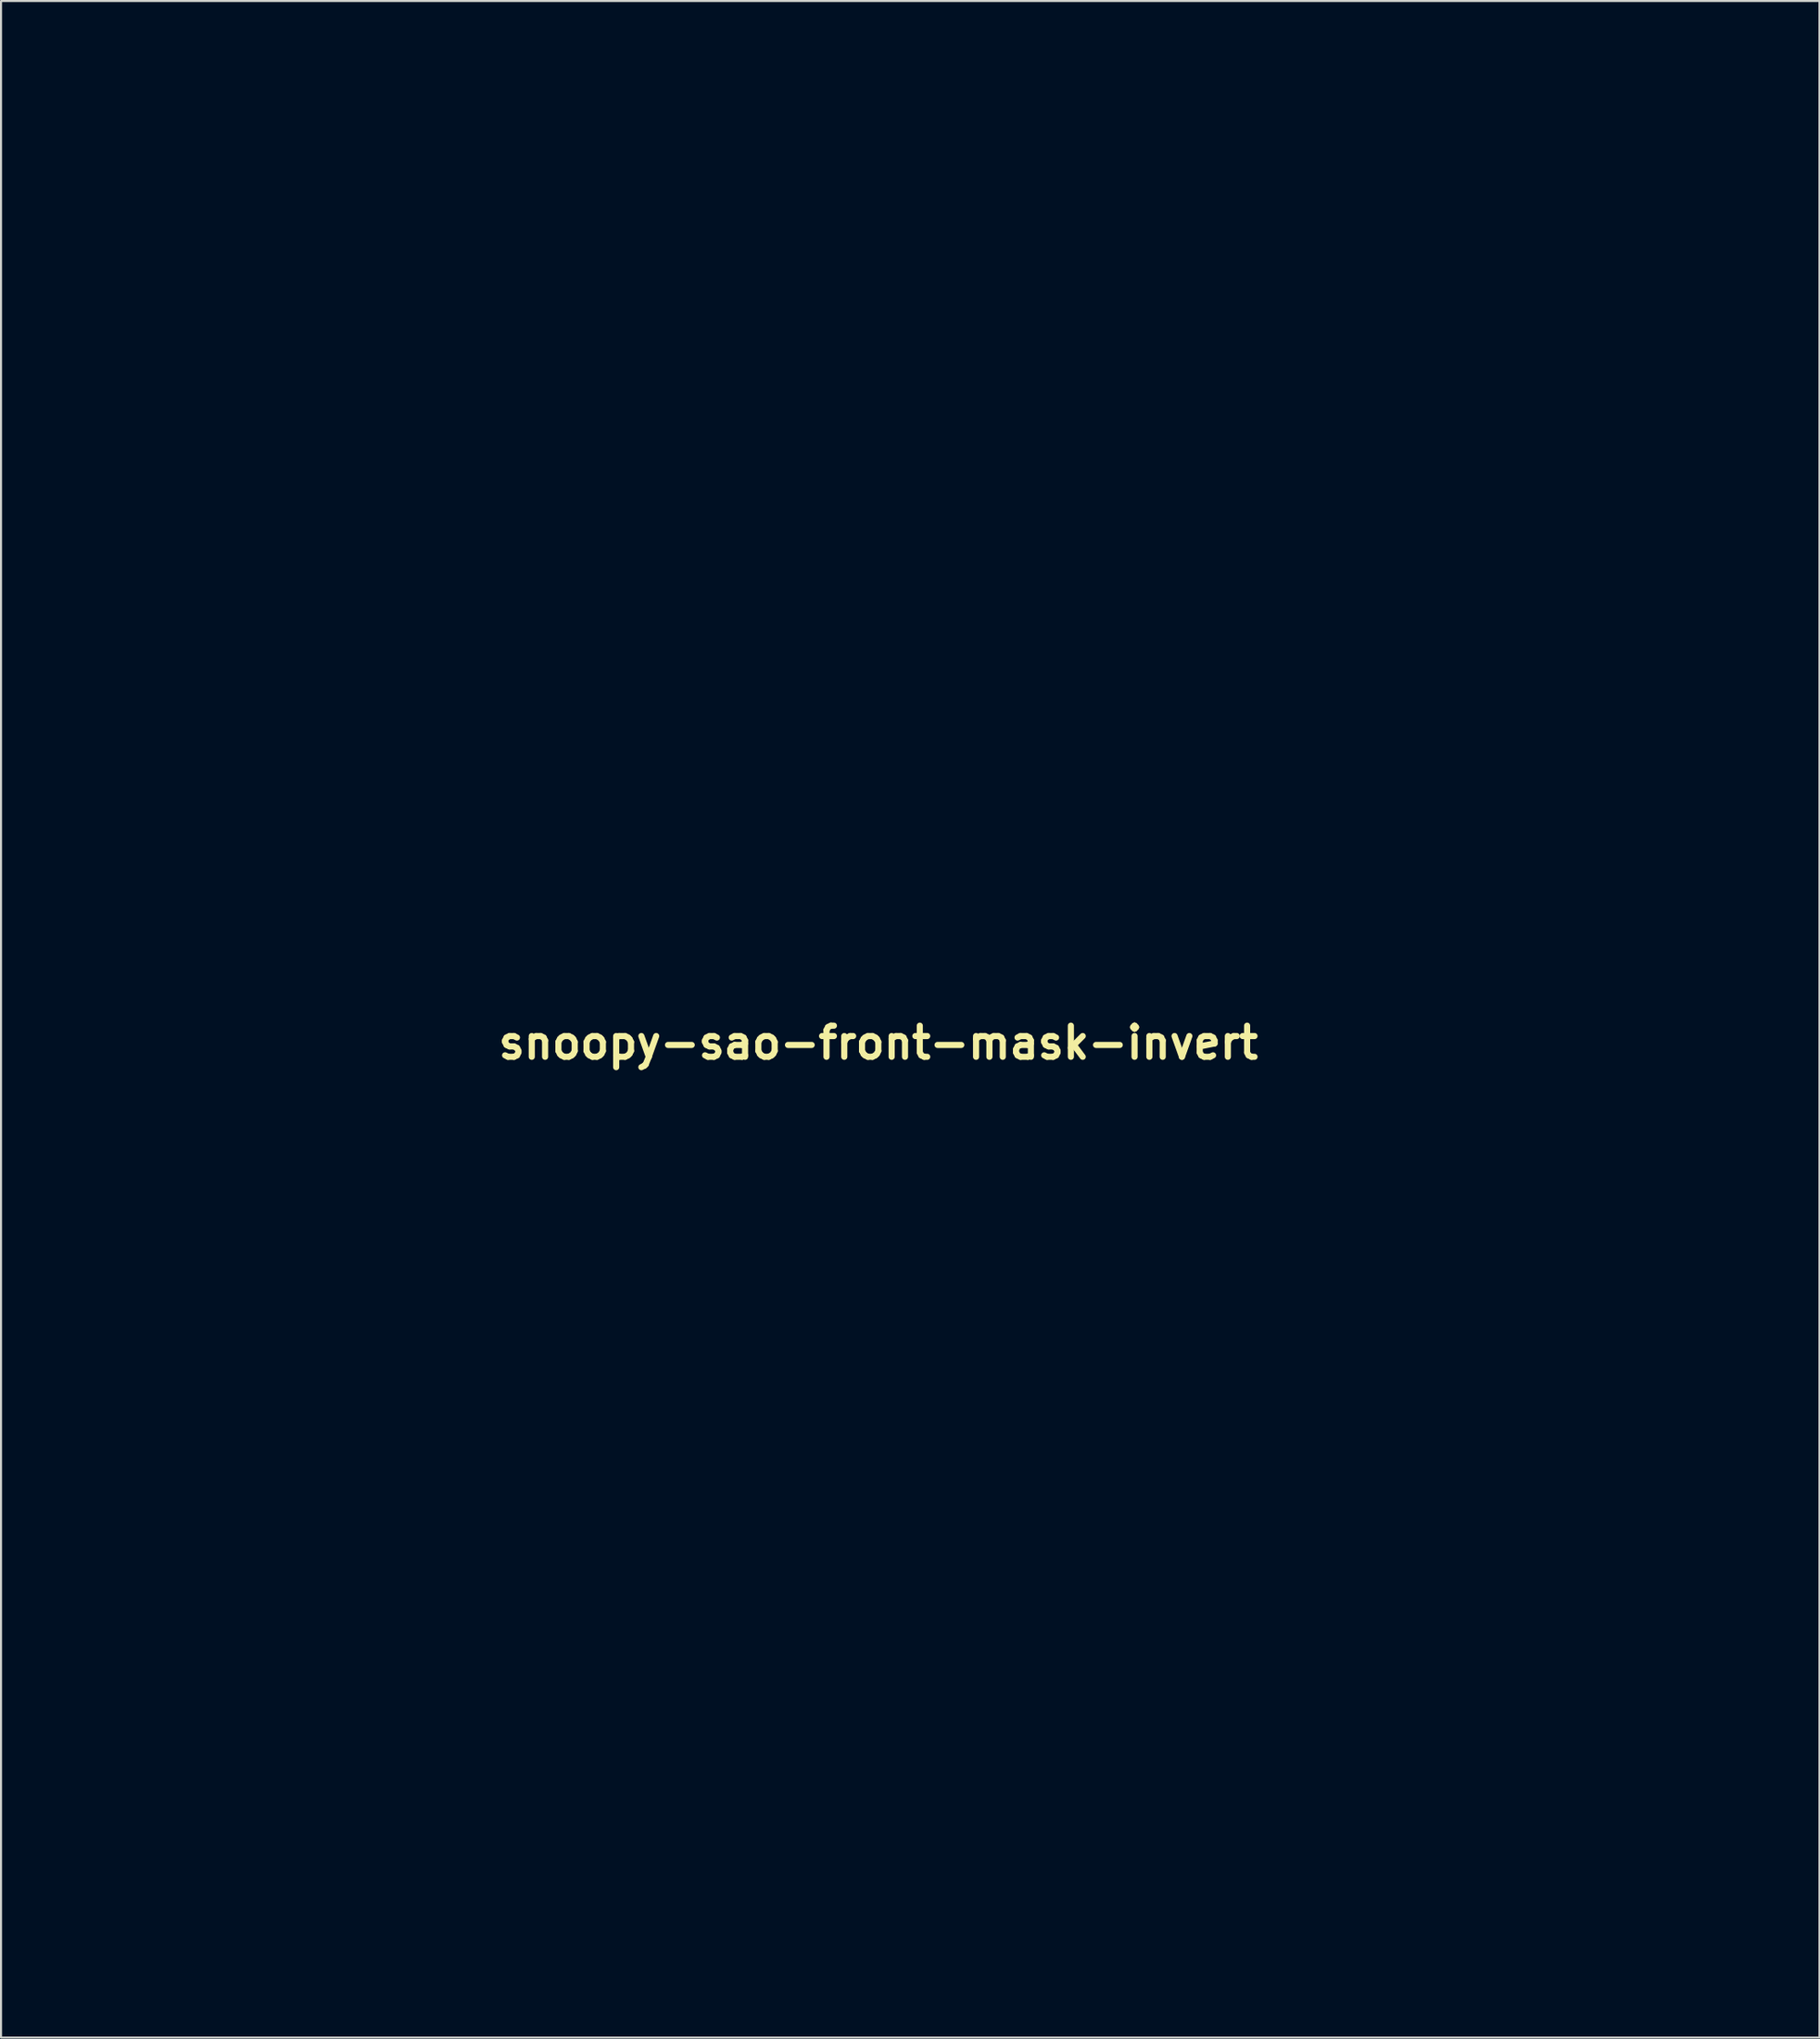
<source format=kicad_pcb>
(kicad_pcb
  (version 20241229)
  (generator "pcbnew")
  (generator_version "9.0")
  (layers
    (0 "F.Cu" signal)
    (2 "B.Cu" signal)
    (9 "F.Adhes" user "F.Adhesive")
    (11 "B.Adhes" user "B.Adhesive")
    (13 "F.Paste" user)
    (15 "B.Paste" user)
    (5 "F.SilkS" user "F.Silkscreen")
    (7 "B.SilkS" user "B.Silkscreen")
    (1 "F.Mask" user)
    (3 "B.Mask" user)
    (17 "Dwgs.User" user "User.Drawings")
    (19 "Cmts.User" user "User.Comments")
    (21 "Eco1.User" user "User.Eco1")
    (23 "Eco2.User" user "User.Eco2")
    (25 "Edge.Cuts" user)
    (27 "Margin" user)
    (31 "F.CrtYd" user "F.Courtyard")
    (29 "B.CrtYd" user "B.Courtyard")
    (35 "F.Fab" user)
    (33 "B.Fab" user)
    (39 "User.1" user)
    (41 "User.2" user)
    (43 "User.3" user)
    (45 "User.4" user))
  (footprint "snoopy-sao-front-mask-invert"
    (layer "F.Cu")
    (at 39.988 48.011)
    (property "Reference" "snoopy-sao-front-mask-invert" (at 0 0 0) (layer "F.SilkS") (effects (font (size 1.524 1.524) (thickness 0.3))))
    (attr through_hole)
    (fp_poly (pts (xy 12.446 13.843) (xy 12.319 13.97) (xy 12.192 13.843) (xy 12.319 13.716) (xy 12.446 13.843)) (stroke (width 0.01) (type solid)) (fill yes) (layer "F.Mask"))
    (fp_poly (pts (xy 21.336 -18.415) (xy 21.209 -18.288) (xy 21.082 -18.415) (xy 21.209 -18.542) (xy 21.336 -18.415)) (stroke (width 0.01) (type solid)) (fill yes) (layer "F.Mask"))
    (fp_poly (pts (xy 12.107 12.785) (xy 12.138 13.086) (xy 12.107 13.123) (xy 11.956 13.088) (xy 11.938 12.954) (xy 12.031 12.745) (xy 12.107 12.785)) (stroke (width 0.01) (type solid)) (fill yes) (layer "F.Mask"))
    (fp_poly (pts (xy 24.553 -22.775) (xy 24.584 -22.474) (xy 24.553 -22.437) (xy 24.402 -22.472) (xy 24.384 -22.606) (xy 24.477 -22.815) (xy 24.553 -22.775)) (stroke (width 0.01) (type solid)) (fill yes) (layer "F.Mask"))
    (fp_poly (pts (xy 25.315 -30.395) (xy 25.346 -30.094) (xy 25.315 -30.057) (xy 25.164 -30.092) (xy 25.146 -30.226) (xy 25.239 -30.435) (xy 25.315 -30.395)) (stroke (width 0.01) (type solid)) (fill yes) (layer "F.Mask"))
    (fp_poly (pts (xy 5.91 -4.231) (xy 5.919 -4.147) (xy 5.521 -4.113) (xy 5.461 -4.114) (xy 5.067 -4.15) (xy 5.105 -4.227) (xy 5.148 -4.24) (xy 5.702 -4.277) (xy 5.91 -4.231)) (stroke (width 0.01) (type solid)) (fill yes) (layer "F.Mask"))
    (fp_poly (pts (xy 25.103 -29.308) (xy 25.01 -28.683) (xy 24.842 -27.902) (xy 24.639 -27.129) (xy 24.437 -26.53) (xy 24.306 -26.289) (xy 24.144 -26.21) (xy 24.187 -26.416) (xy 24.313 -26.862) (xy 24.498 -27.617) (xy 24.646 -28.259) (xy 24.836 -29.015) (xy 24.997 -29.502) (xy 25.082 -29.612) (xy 25.103 -29.308)) (stroke (width 0.01) (type solid)) (fill yes) (layer "F.Mask"))
    (fp_poly (pts (xy 21.59 -28.591) (xy 21.493 -28.342) (xy 21.237 -27.752) (xy 20.876 -26.943) (xy 20.828 -26.838) (xy 20.45 -25.942) (xy 20.177 -25.179) (xy 20.066 -24.706) (xy 20.066 -24.692) (xy 19.976 -24.299) (xy 19.765 -23.86) (xy 19.526 -23.517) (xy 19.35 -23.412) (xy 19.312 -23.518) (xy 19.377 -23.906) (xy 19.551 -24.59) (xy 19.682 -25.042) (xy 19.909 -25.951) (xy 20.046 -26.805) (xy 20.063 -27.096) (xy 20.177 -27.742) (xy 20.606 -28.163) (xy 20.828 -28.283) (xy 21.339 -28.519) (xy 21.586 -28.596) (xy 21.59 -28.591)) (stroke (width 0.01) (type solid)) (fill yes) (layer "F.Mask"))
    (fp_poly (pts (xy 16.288 20.313) (xy 16.995 20.436) (xy 18.071 20.673) (xy 18.357 20.739) (xy 20.013 21.124) (xy 21.246 21.426) (xy 22.128 21.668) (xy 22.733 21.872) (xy 23.134 22.063) (xy 23.405 22.262) (xy 23.516 22.375) (xy 23.779 22.725) (xy 23.666 22.931) (xy 23.258 23.108) (xy 22.493 23.269) (xy 21.414 23.339) (xy 20.208 23.323) (xy 19.06 23.223) (xy 18.156 23.045) (xy 18.02 23) (xy 16.967 22.568) (xy 16.044 22.112) (xy 15.356 21.689) (xy 15.008 21.361) (xy 14.986 21.287) (xy 15.143 20.879) (xy 15.372 20.568) (xy 15.579 20.384) (xy 15.85 20.297) (xy 16.288 20.313)) (stroke (width 0.01) (type solid)) (fill yes) (layer "F.Mask"))
    (fp_poly (pts (xy -26.192 -24.229) (xy -26.001 -23.999) (xy -25.794 -23.469) (xy -25.67 -22.672) (xy -25.654 -22.276) (xy -25.682 -21.531) (xy -25.789 -21.193) (xy -26.011 -21.165) (xy -26.045 -21.178) (xy -26.562 -21.186) (xy -26.998 -21.038) (xy -27.598 -20.739) (xy -27.94 -20.577) (xy -28.299 -20.255) (xy -28.719 -19.668) (xy -28.824 -19.487) (xy -29.326 -18.57) (xy -28.752 -17.794) (xy -28.435 -17.312) (xy -28.348 -17.063) (xy -28.377 -17.053) (xy -28.762 -17.123) (xy -29.168 -17.2) (xy -29.717 -17.544) (xy -30.154 -18.27) (xy -30.423 -19.258) (xy -30.48 -20.012) (xy -30.248 -20.993) (xy -29.602 -22.025) (xy -28.613 -23.019) (xy -27.503 -23.795) (xy -26.823 -24.178) (xy -26.434 -24.316) (xy -26.192 -24.229)) (stroke (width 0.01) (type solid)) (fill yes) (layer "F.Mask"))
    (fp_poly (pts (xy 18.861 29.767) (xy 19.279 29.959) (xy 19.727 30.081) (xy 20.537 30.2) (xy 21.563 30.296) (xy 21.993 30.323) (xy 23.229 30.401) (xy 24.469 30.495) (xy 25.481 30.587) (xy 25.654 30.606) (xy 26.41 30.677) (xy 27.542 30.766) (xy 28.916 30.862) (xy 30.402 30.956) (xy 30.988 30.991) (xy 33.078 31.135) (xy 35.015 31.314) (xy 36.733 31.519) (xy 38.164 31.741) (xy 39.243 31.969) (xy 39.902 32.195) (xy 40.018 32.268) (xy 40.234 32.664) (xy 40.032 33.051) (xy 39.497 33.359) (xy 38.713 33.519) (xy 38.463 33.528) (xy 37.779 33.584) (xy 37.35 33.725) (xy 37.293 33.791) (xy 37.015 33.91) (xy 36.318 34.028) (xy 35.288 34.133) (xy 34.096 34.211) (xy 32.634 34.305) (xy 31.65 34.416) (xy 31.114 34.549) (xy 30.988 34.673) (xy 31.01 34.77) (xy 31.113 34.854) (xy 31.351 34.93) (xy 31.782 35.005) (xy 32.46 35.087) (xy 33.441 35.182) (xy 34.779 35.298) (xy 36.531 35.442) (xy 37.973 35.558) (xy 39.294 35.669) (xy 40.5 35.779) (xy 41.464 35.877) (xy 42.059 35.95) (xy 42.086 35.954) (xy 42.801 36.251) (xy 43.111 36.848) (xy 43.039 37.686) (xy 42.853 38.101) (xy 42.466 38.337) (xy 41.727 38.482) (xy 41.695 38.487) (xy 40.85 38.64) (xy 40.137 38.84) (xy 39.958 38.913) (xy 39.301 39.075) (xy 38.879 39.047) (xy 38.465 39.028) (xy 38.354 39.14) (xy 38.129 39.284) (xy 37.566 39.364) (xy 37.338 39.37) (xy 36.702 39.423) (xy 36.348 39.556) (xy 36.322 39.61) (xy 36.092 39.734) (xy 35.494 39.813) (xy 34.837 39.828) (xy 33.741 39.87) (xy 32.473 40.003) (xy 31.201 40.202) (xy 30.093 40.44) (xy 29.318 40.69) (xy 29.292 40.702) (xy 28.589 40.864) (xy 28.135 40.845) (xy 27.556 40.87) (xy 27.248 41.034) (xy 26.77 41.306) (xy 26.04 41.489) (xy 25.249 41.564) (xy 24.588 41.51) (xy 24.27 41.35) (xy 24.097 41.224) (xy 23.755 41.144) (xy 23.178 41.108) (xy 22.294 41.114) (xy 21.037 41.161) (xy 19.494 41.239) (xy 18.045 41.328) (xy 16.79 41.427) (xy 15.808 41.527) (xy 15.181 41.622) (xy 14.986 41.695) (xy 14.756 41.81) (xy 14.159 41.888) (xy 13.525 41.91) (xy 12.749 41.962) (xy 11.799 42.135) (xy 10.592 42.449) (xy 9.045 42.923) (xy 8.001 43.266) (xy 5.773 44.005) (xy 3.958 44.592) (xy 2.487 45.039) (xy 1.293 45.361) (xy 0.308 45.572) (xy -0.535 45.684) (xy -1.305 45.713) (xy -2.068 45.671) (xy -2.894 45.573) (xy -3.175 45.532) (xy -3.804 45.393) (xy -4.191 45.232) (xy -4.561 45.08) (xy -5.262 44.876) (xy -5.969 44.705) (xy -6.847 44.474) (xy -7.555 44.224) (xy -7.874 44.055) (xy -8.301 43.881) (xy -9.102 43.69) (xy -10.146 43.505) (xy -11.301 43.344) (xy -12.435 43.229) (xy -13.416 43.18) (xy -13.502 43.18) (xy -14.124 43.131) (xy -14.459 43.01) (xy -14.478 42.969) (xy -14.707 42.851) (xy -15.296 42.773) (xy -15.812 42.755) (xy -16.803 42.745) (xy -18.141 42.718) (xy -19.757 42.677) (xy -21.584 42.625) (xy -23.554 42.563) (xy -25.6 42.495) (xy -27.653 42.423) (xy -29.645 42.349) (xy -31.509 42.276) (xy -33.178 42.206) (xy -34.582 42.141) (xy -35.655 42.084) (xy -36.328 42.037) (xy -36.513 42.015) (xy -37.072 41.853) (xy -37.335 41.684) (xy -37.338 41.669) (xy -37.528 41.441) (xy -38.027 41.015) (xy -38.711 40.496) (xy -39.554 39.807) (xy -39.966 39.225) (xy -39.983 38.647) (xy -39.639 37.973) (xy -39.593 37.907) (xy -38.958 37.309) (xy -37.947 36.71) (xy -36.692 36.166) (xy -35.32 35.736) (xy -34.109 35.493) (xy -33.161 35.344) (xy -32.425 35.194) (xy -32.032 35.071) (xy -32.004 35.049) (xy -31.73 34.978) (xy -31.055 34.877) (xy -30.083 34.757) (xy -28.921 34.629) (xy -27.672 34.504) (xy -26.443 34.392) (xy -25.338 34.304) (xy -24.462 34.252) (xy -24.234 34.244) (xy -23.846 34.125) (xy -23.805 33.706) (xy -23.815 33.648) (xy -23.694 33.046) (xy -23.111 32.549) (xy -22.107 32.189) (xy -21.78 32.122) (xy -21.17 31.95) (xy -20.844 31.742) (xy -20.828 31.692) (xy -20.627 31.541) (xy -20.326 31.568) (xy -19.753 31.593) (xy -18.995 31.485) (xy -18.866 31.454) (xy -17.658 31.147) (xy -16.851 30.972) (xy -16.353 30.941) (xy -16.071 31.067) (xy -15.912 31.362) (xy -15.784 31.838) (xy -15.777 31.868) (xy -15.543 32.624) (xy -15.228 33.157) (xy -14.744 33.511) (xy -14.003 33.731) (xy -12.916 33.861) (xy -11.652 33.932) (xy -10.336 34.018) (xy -9.065 34.149) (xy -8.01 34.305) (xy -7.479 34.422) (xy -6.924 34.558) (xy -6.291 34.666) (xy -5.529 34.747) (xy -4.584 34.804) (xy -3.403 34.836) (xy -1.932 34.846) (xy -0.119 34.835) (xy 2.089 34.804) (xy 4.746 34.755) (xy 5.091 34.748) (xy 7.218 34.703) (xy 8.9 34.66) (xy 10.2 34.613) (xy 11.181 34.559) (xy 11.906 34.49) (xy 12.438 34.403) (xy 12.839 34.292) (xy 13.173 34.152) (xy 13.342 34.065) (xy 14.233 33.715) (xy 15.175 33.527) (xy 15.363 33.517) (xy 16.653 33.428) (xy 17.777 33.21) (xy 18.613 32.895) (xy 18.986 32.601) (xy 19.18 31.998) (xy 19.163 31.185) (xy 18.956 30.401) (xy 18.742 30.035) (xy 18.609 29.761) (xy 18.861 29.767)) (stroke (width 0.01) (type solid)) (fill yes) (layer "F.Mask"))
    (fp_poly (pts (xy 14.644 -47.907) (xy 16.286 -47.629) (xy 17.742 -47.203) (xy 18.91 -46.66) (xy 19.688 -46.03) (xy 19.765 -45.931) (xy 20.078 -45.631) (xy 20.656 -45.175) (xy 21.367 -44.658) (xy 22.074 -44.175) (xy 22.646 -43.82) (xy 22.943 -43.688) (xy 23.197 -43.52) (xy 23.673 -43.095) (xy 24.25 -42.533) (xy 24.81 -41.954) (xy 25.234 -41.478) (xy 25.4 -41.225) (xy 25.569 -40.899) (xy 25.979 -40.439) (xy 26.01 -40.409) (xy 26.465 -39.79) (xy 26.831 -38.967) (xy 26.892 -38.758) (xy 27.189 -37.906) (xy 27.585 -37.155) (xy 27.679 -37.024) (xy 28.102 -36.109) (xy 28.194 -35.319) (xy 28.318 -34.39) (xy 28.625 -33.437) (xy 28.702 -33.274) (xy 29.033 -32.38) (xy 29.204 -31.44) (xy 29.21 -31.269) (xy 29.287 -30.403) (xy 29.474 -29.62) (xy 29.504 -29.544) (xy 29.672 -28.853) (xy 29.791 -27.824) (xy 29.855 -26.625) (xy 29.857 -25.423) (xy 29.792 -24.387) (xy 29.709 -23.876) (xy 29.539 -23.124) (xy 29.326 -22.137) (xy 29.184 -21.463) (xy 28.829 -20.175) (xy 28.303 -18.774) (xy 27.686 -17.443) (xy 27.055 -16.365) (xy 26.843 -16.077) (xy 26.155 -15.286) (xy 25.335 -14.442) (xy 24.474 -13.629) (xy 23.664 -12.928) (xy 22.998 -12.423) (xy 22.568 -12.197) (xy 22.527 -12.192) (xy 21.994 -12.062) (xy 21.309 -11.742) (xy 21.169 -11.659) (xy 20.121 -11.244) (xy 18.868 -11.083) (xy 17.622 -11.182) (xy 16.592 -11.546) (xy 16.576 -11.555) (xy 16.105 -11.922) (xy 15.719 -12.453) (xy 15.39 -13.221) (xy 15.089 -14.3) (xy 14.791 -15.766) (xy 14.596 -16.891) (xy 14.34 -19.647) (xy 14.405 -21.147) (xy 15.781 -21.147) (xy 15.84 -19.318) (xy 15.964 -17.499) (xy 16.097 -16.111) (xy 16.257 -15.076) (xy 16.461 -14.318) (xy 16.727 -13.759) (xy 17.073 -13.323) (xy 17.25 -13.153) (xy 17.849 -12.685) (xy 18.371 -12.519) (xy 19.077 -12.578) (xy 19.132 -12.587) (xy 19.971 -12.804) (xy 20.699 -13.112) (xy 20.804 -13.177) (xy 21.453 -13.535) (xy 22.273 -13.904) (xy 22.461 -13.977) (xy 23.016 -14.276) (xy 23.582 -14.784) (xy 24.194 -15.552) (xy 24.886 -16.629) (xy 25.695 -18.068) (xy 26.653 -19.916) (xy 26.854 -20.316) (xy 28.06 -22.726) (xy 28.036 -25.269) (xy 27.984 -27.025) (xy 27.869 -28.623) (xy 27.702 -29.986) (xy 27.494 -31.036) (xy 27.256 -31.696) (xy 27.127 -31.856) (xy 26.779 -32.306) (xy 26.594 -32.775) (xy 26.285 -33.355) (xy 25.737 -33.931) (xy 25.648 -34) (xy 24.952 -34.362) (xy 24.446 -34.257) (xy 24.102 -33.672) (xy 24.035 -33.439) (xy 23.759 -32.952) (xy 23.215 -32.348) (xy 22.846 -32.023) (xy 21.8 -31.183) (xy 22.241 -32.038) (xy 22.672 -32.822) (xy 23.185 -33.689) (xy 23.301 -33.875) (xy 23.671 -34.552) (xy 23.732 -34.966) (xy 23.623 -35.145) (xy 23.342 -35.226) (xy 22.947 -34.95) (xy 22.579 -34.547) (xy 22.036 -34.009) (xy 21.543 -33.692) (xy 21.395 -33.658) (xy 20.972 -33.424) (xy 20.381 -32.745) (xy 19.638 -31.647) (xy 18.763 -30.158) (xy 17.772 -28.304) (xy 17.651 -28.067) (xy 16.783 -26.213) (xy 16.206 -24.559) (xy 15.884 -22.93) (xy 15.781 -21.147) (xy 14.405 -21.147) (xy 14.46 -22.399) (xy 14.94 -25.043) (xy 15.761 -27.476) (xy 16.729 -29.323) (xy 17.267 -30.244) (xy 17.497 -30.853) (xy 17.44 -31.225) (xy 17.303 -31.35) (xy 17.064 -31.222) (xy 16.645 -30.747) (xy 16.11 -30.022) (xy 15.526 -29.145) (xy 14.957 -28.211) (xy 14.47 -27.32) (xy 14.221 -26.791) (xy 13.895 -25.829) (xy 13.568 -24.529) (xy 13.274 -23.058) (xy 13.043 -21.584) (xy 12.909 -20.275) (xy 12.889 -19.838) (xy 12.9 -19.049) (xy 12.95 -17.946) (xy 13.03 -16.724) (xy 13.067 -16.256) (xy 13.27 -13.843) (xy 11.143 -12.443) (xy 9.531 -11.239) (xy 8.342 -9.995) (xy 7.495 -8.609) (xy 6.955 -7.143) (xy 6.709 -6.342) (xy 6.494 -5.75) (xy 6.385 -5.538) (xy 6.067 -5.424) (xy 5.39 -5.297) (xy 4.508 -5.185) (xy 2.794 -5.01) (xy 2.794 -5.753) (xy 2.65 -6.537) (xy 2.28 -7.496) (xy 1.778 -8.412) (xy 1.498 -8.794) (xy 0.994 -9.204) (xy 0.158 -9.689) (xy -0.858 -10.173) (xy -1.903 -10.578) (xy -2.214 -10.677) (xy -2.919 -10.939) (xy -3.124 -11.161) (xy -2.827 -11.354) (xy -2.023 -11.529) (xy -2.014 -11.53) (xy -0.338 -12.048) (xy 1.34 -13.055) (xy 2.259 -13.818) (xy 3.157 -14.612) (xy 4.167 -15.461) (xy 4.699 -15.89) (xy 5.514 -16.547) (xy 6.004 -17.001) (xy 6.251 -17.355) (xy 6.337 -17.711) (xy 6.346 -17.933) (xy 6.515 -18.473) (xy 6.924 -19.084) (xy 6.985 -19.153) (xy 7.404 -19.607) (xy 7.569 -19.908) (xy 7.509 -20.264) (xy 7.253 -20.883) (xy 7.236 -20.924) (xy 6.903 -21.512) (xy 6.556 -21.827) (xy 6.478 -21.844) (xy 6.155 -21.625) (xy 5.926 -21.11) (xy 5.863 -20.508) (xy 5.923 -20.222) (xy 5.912 -19.804) (xy 5.742 -19.097) (xy 5.543 -18.507) (xy 5.238 -17.819) (xy 4.837 -17.201) (xy 4.251 -16.545) (xy 3.391 -15.744) (xy 2.842 -15.266) (xy 1.5 -14.165) (xy 0.347 -13.368) (xy -0.767 -12.8) (xy -1.992 -12.385) (xy -3.478 -12.047) (xy -3.628 -12.018) (xy -4.896 -11.813) (xy -5.897 -11.754) (xy -6.848 -11.832) (xy -7.239 -11.895) (xy -8.414 -12.084) (xy -9.695 -12.258) (xy -10.287 -12.325) (xy -11.672 -12.525) (xy -13.303 -12.849) (xy -14.975 -13.249) (xy -16.484 -13.678) (xy -17.316 -13.963) (xy -18.558 -14.539) (xy -19.851 -15.311) (xy -21.022 -16.163) (xy -21.899 -16.981) (xy -21.958 -17.049) (xy -22.767 -18.163) (xy -23.337 -19.349) (xy -23.7 -20.715) (xy -23.886 -22.371) (xy -23.927 -24.141) (xy -23.677 -26.576) (xy -22.978 -29.032) (xy -21.877 -31.409) (xy -20.836 -32.977) (xy -0.446 -32.977) (xy -0.435 -32.127) (xy -0.381 -31.369) (xy -0.199 -29.999) (xy 0.092 -29.089) (xy 0.513 -28.601) (xy 1.084 -28.495) (xy 1.129 -28.5) (xy 1.426 -28.61) (xy 1.597 -28.911) (xy 1.687 -29.526) (xy 1.721 -30.099) (xy 1.696 -31.362) (xy 1.522 -32.474) (xy 1.232 -33.368) (xy 0.859 -33.979) (xy 0.436 -34.238) (xy -0.006 -34.081) (xy -0.163 -33.909) (xy -0.359 -33.53) (xy -0.446 -32.977) (xy -20.836 -32.977) (xy -20.417 -33.608) (xy -18.867 -35.322) (xy -17.231 -36.768) (xy -15.752 -37.817) (xy -14.345 -38.518) (xy -12.924 -38.921) (xy -12.431 -38.997) (xy -11.802 -39.116) (xy -11.417 -39.251) (xy -11.085 -39.312) (xy -10.341 -39.372) (xy -9.282 -39.428) (xy -8.007 -39.472) (xy -7.423 -39.486) (xy -5.332 -39.565) (xy -3.704 -39.708) (xy -2.497 -39.919) (xy -2.231 -39.99) (xy -1.046 -40.461) (xy 0.36 -41.211) (xy 1.851 -42.155) (xy 3.292 -43.209) (xy 4.413 -44.162) (xy 5.978 -45.54) (xy 7.345 -46.558) (xy 8.62 -47.266) (xy 9.911 -47.711) (xy 11.323 -47.942) (xy 12.915 -48.006) (xy 14.644 -47.907)) (stroke (width 0.01) (type solid)) (fill yes) (layer "F.Mask"))
    (fp_poly (pts (xy 6.058 -2.661) (xy 6.408 -2.296) (xy 6.646 -1.528) (xy 6.793 -0.638) (xy 7.003 0.48) (xy 7.295 1.566) (xy 7.593 2.358) (xy 7.91 3.07) (xy 8.101 3.615) (xy 8.128 3.764) (xy 8.241 4.163) (xy 8.522 4.794) (xy 8.636 5.014) (xy 8.955 5.682) (xy 9.132 6.195) (xy 9.144 6.291) (xy 9.348 6.661) (xy 9.525 6.766) (xy 9.863 7.102) (xy 9.906 7.295) (xy 10.025 7.742) (xy 10.322 8.406) (xy 10.459 8.661) (xy 10.757 9.251) (xy 10.883 9.763) (xy 10.858 10.393) (xy 10.721 11.236) (xy 10.585 12.397) (xy 10.551 13.647) (xy 10.588 14.319) (xy 10.707 15.186) (xy 10.89 15.714) (xy 11.222 16.071) (xy 11.596 16.313) (xy 12.202 16.78) (xy 12.432 17.315) (xy 12.446 17.551) (xy 12.392 18.113) (xy 12.184 18.243) (xy 11.753 17.957) (xy 11.523 17.748) (xy 10.955 17.403) (xy 10.46 17.4) (xy 10.181 17.726) (xy 10.16 17.899) (xy 10.374 18.45) (xy 10.89 18.964) (xy 11.519 19.275) (xy 11.748 19.305) (xy 12.085 19.33) (xy 12.087 19.464) (xy 11.725 19.797) (xy 11.557 19.938) (xy 10.829 20.376) (xy 10.16 20.508) (xy 9.713 20.375) (xy 9.504 19.987) (xy 9.443 19.558) (xy 9.309 18.777) (xy 9.109 18.467) (xy 8.874 18.641) (xy 8.658 19.21) (xy 8.482 19.917) (xy 8.388 20.438) (xy 8.383 20.511) (xy 8.188 20.769) (xy 7.728 20.789) (xy 7.186 20.571) (xy 7.088 20.502) (xy 6.431 19.716) (xy 5.959 18.493) (xy 5.668 16.824) (xy 5.559 14.7) (xy 5.628 12.112) (xy 5.685 11.231) (xy 5.777 9.768) (xy 5.802 8.759) (xy 5.756 8.153) (xy 5.632 7.901) (xy 5.424 7.952) (xy 5.299 8.061) (xy 5.067 8.458) (xy 4.875 9.17) (xy 4.719 10.241) (xy 4.591 11.713) (xy 4.487 13.63) (xy 4.449 14.605) (xy 4.398 16.191) (xy 4.383 17.371) (xy 4.409 18.243) (xy 4.484 18.908) (xy 4.612 19.467) (xy 4.77 19.939) (xy 5.421 21.161) (xy 6.317 21.943) (xy 7.48 22.297) (xy 8.243 22.316) (xy 9.507 22.249) (xy 9.724 23.253) (xy 9.82 24.097) (xy 9.826 25.14) (xy 9.785 25.707) (xy 9.629 27.156) (xy 10.647 27.675) (xy 11.502 28.006) (xy 12.361 28.184) (xy 12.55 28.194) (xy 14.095 28.347) (xy 15.525 28.773) (xy 16.696 29.418) (xy 17.209 29.882) (xy 17.691 30.481) (xy 17.988 30.952) (xy 18.034 31.095) (xy 17.796 31.423) (xy 17.142 31.747) (xy 16.163 32.032) (xy 14.952 32.246) (xy 14.887 32.255) (xy 13.962 32.398) (xy 13.188 32.57) (xy 12.802 32.703) (xy 12.422 32.78) (xy 11.637 32.853) (xy 10.523 32.921) (xy 9.16 32.982) (xy 7.624 33.035) (xy 5.994 33.078) (xy 4.348 33.11) (xy 2.764 33.129) (xy 1.319 33.133) (xy 0.092 33.121) (xy -0.839 33.091) (xy -1.397 33.042) (xy -1.524 32.993) (xy -1.318 32.725) (xy -0.889 32.466) (xy -0.361 32.141) (xy -0.328 31.898) (xy -0.78 31.765) (xy -1.136 31.75) (xy -1.813 31.842) (xy -2.238 32.21) (xy -2.413 32.512) (xy -2.808 33.061) (xy -3.341 33.251) (xy -3.626 33.258) (xy -4.404 33.173) (xy -5.016 33.012) (xy -5.498 32.665) (xy -5.497 32.234) (xy -5.021 31.756) (xy -4.628 31.521) (xy -4.228 31.176) (xy -4.298 30.883) (xy -4.804 30.738) (xy -4.929 30.734) (xy -5.624 30.959) (xy -6.152 31.522) (xy -6.35 32.215) (xy -6.464 32.625) (xy -6.896 32.758) (xy -7.048 32.76) (xy -7.777 32.599) (xy -8.349 32.292) (xy -8.752 31.894) (xy -8.767 31.516) (xy -8.671 31.308) (xy -8.236 30.73) (xy -7.544 30.047) (xy -6.741 29.378) (xy -5.973 28.843) (xy -5.384 28.563) (xy -5.355 28.557) (xy -4.654 28.391) (xy -3.836 28.168) (xy -3.775 28.15) (xy -2.857 27.992) (xy -1.914 27.987) (xy -1.888 27.99) (xy -0.962 27.978) (xy -0.048 27.794) (xy -0.018 27.783) (xy 0.763 27.621) (xy 1.764 27.567) (xy 2.837 27.609) (xy 3.835 27.735) (xy 4.611 27.934) (xy 5.002 28.172) (xy 5.352 28.435) (xy 5.764 28.294) (xy 5.989 28.074) (xy 6.138 27.677) (xy 6.23 26.999) (xy 6.287 25.939) (xy 6.297 25.646) (xy 6.314 24.565) (xy 6.299 23.652) (xy 6.255 23.044) (xy 6.225 22.9) (xy 6.012 22.65) (xy 5.768 22.86) (xy 5.517 23.483) (xy 5.284 24.474) (xy 5.227 24.801) (xy 5.055 25.725) (xy 4.877 26.266) (xy 4.632 26.547) (xy 4.299 26.681) (xy 3.688 26.733) (xy 2.816 26.681) (xy 2.21 26.594) (xy 0.95 26.459) (xy -0.069 26.583) (xy -0.187 26.615) (xy -0.891 26.762) (xy -1.913 26.901) (xy -3.06 27.006) (xy -3.366 27.026) (xy -4.542 27.117) (xy -5.412 27.268) (xy -6.176 27.532) (xy -7.036 27.964) (xy -7.246 28.08) (xy -8.669 29.021) (xy -9.632 30.013) (xy -10.184 31.111) (xy -10.294 31.559) (xy -10.46 32.19) (xy -10.732 32.458) (xy -11.195 32.512) (xy -11.893 32.329) (xy -12.183 32.021) (xy -12.417 31.414) (xy -12.272 30.997) (xy -11.693 30.612) (xy -11.684 30.607) (xy -11.093 30.214) (xy -10.962 29.911) (xy -11.293 29.742) (xy -11.62 29.722) (xy -12.399 29.833) (xy -12.859 30.224) (xy -13.102 30.993) (xy -13.134 31.205) (xy -13.323 31.96) (xy -13.633 32.226) (xy -14.086 32.012) (xy -14.352 31.749) (xy -14.632 31.358) (xy -14.673 30.938) (xy -14.493 30.272) (xy -14.486 30.251) (xy -14.038 29.455) (xy -13.304 28.684) (xy -12.438 28.064) (xy -11.596 27.719) (xy -11.307 27.686) (xy -10.72 27.546) (xy -9.984 27.194) (xy -9.727 27.032) (xy -8.989 26.611) (xy -8.328 26.482) (xy -7.705 26.536) (xy -6.597 26.55) (xy -5.252 26.328) (xy -5.038 26.275) (xy -3.931 26.052) (xy -2.692 25.947) (xy -1.158 25.948) (xy -0.695 25.964) (xy 0.507 26.007) (xy 1.285 26.014) (xy 1.723 25.971) (xy 1.904 25.866) (xy 1.912 25.686) (xy 1.881 25.578) (xy 1.675 24.689) (xy 1.725 23.949) (xy 1.84 23.558) (xy 2.127 23.071) (xy 2.61 22.872) (xy 3.386 22.942) (xy 4.055 23.112) (xy 4.837 23.241) (xy 5.206 23.085) (xy 5.143 22.672) (xy 4.701 22.1) (xy 3.9 21.493) (xy 3.181 21.336) (xy 2.255 21.24) (xy 1.097 20.991) (xy -0.075 20.647) (xy -1.044 20.268) (xy -1.314 20.127) (xy -2.209 19.324) (xy -2.935 18.121) (xy -3.477 16.606) (xy -3.817 14.863) (xy -3.938 12.978) (xy -3.823 11.038) (xy -3.461 9.144) (xy -2.899 7.27) (xy -2.26 5.713) (xy -1.45 4.288) (xy -0.374 2.814) (xy 0.179 2.138) (xy 0.892 1.174) (xy 1.573 0.076) (xy 1.918 -0.593) (xy 2.331 -1.414) (xy 2.673 -1.856) (xy 3.035 -2.021) (xy 3.202 -2.032) (xy 3.854 -2.131) (xy 4.637 -2.372) (xy 4.748 -2.417) (xy 5.527 -2.681) (xy 6.058 -2.661)) (stroke (width 0.01) (type solid)) (fill yes) (layer "F.Mask")))
  (gr_rect
    (start -3 -3)
    (end 86.104 96.729)
    (stroke (width 0.1) (type default))
    (fill no)
    (layer "Edge.Cuts")))
</source>
